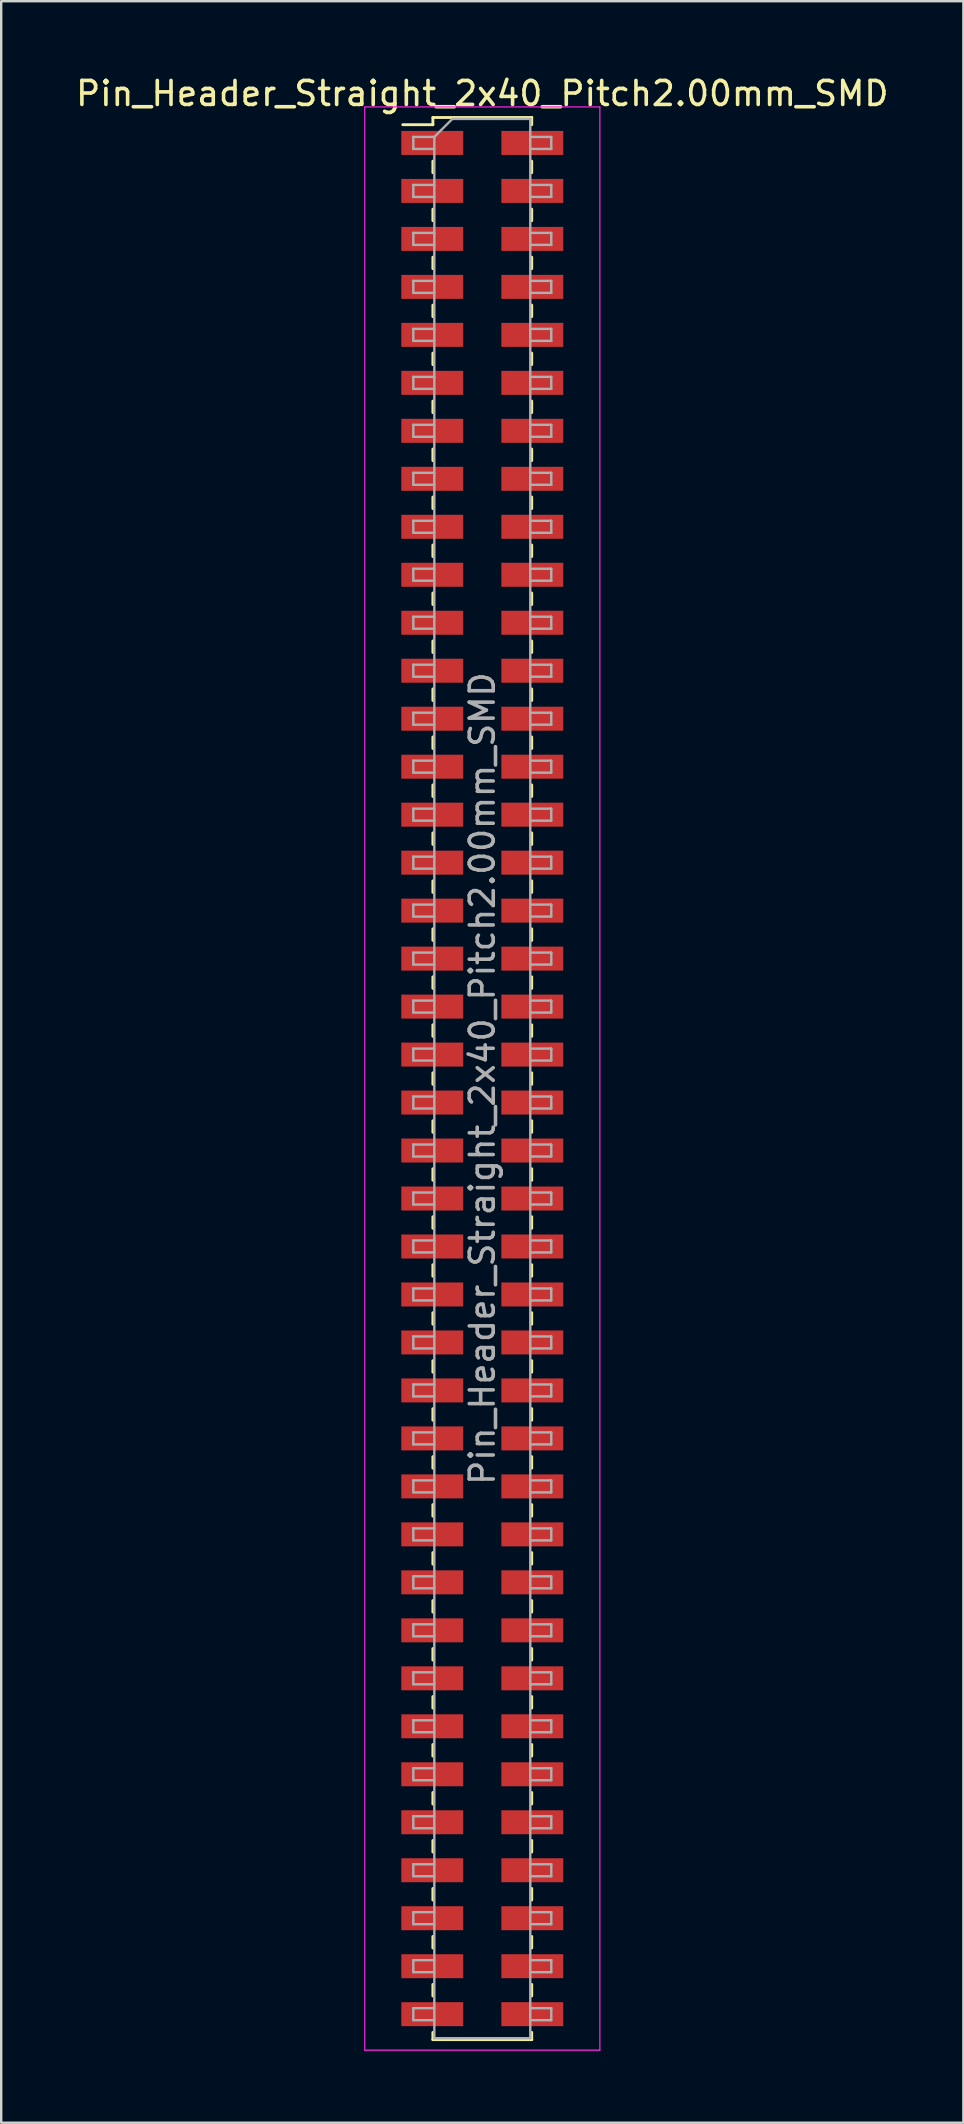
<source format=kicad_pcb>
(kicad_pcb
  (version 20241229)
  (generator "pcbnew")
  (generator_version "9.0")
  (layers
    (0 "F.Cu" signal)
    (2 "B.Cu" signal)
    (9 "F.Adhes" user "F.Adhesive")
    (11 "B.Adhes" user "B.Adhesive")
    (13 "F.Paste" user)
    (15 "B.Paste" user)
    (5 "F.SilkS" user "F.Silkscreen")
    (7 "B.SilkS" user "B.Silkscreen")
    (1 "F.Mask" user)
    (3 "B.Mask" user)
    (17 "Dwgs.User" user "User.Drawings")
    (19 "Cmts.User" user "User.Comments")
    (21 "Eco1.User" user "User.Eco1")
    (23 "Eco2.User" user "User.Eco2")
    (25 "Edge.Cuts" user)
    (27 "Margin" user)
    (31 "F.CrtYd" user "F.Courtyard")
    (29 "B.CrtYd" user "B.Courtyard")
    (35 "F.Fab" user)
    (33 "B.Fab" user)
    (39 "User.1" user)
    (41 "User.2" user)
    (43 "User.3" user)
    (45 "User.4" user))
  (footprint "Pin_Header_Straight_2x40_Pitch2.00mm_SMD"
    (layer "F.Cu")
    (at 17.054 41.908)
    (property "Reference" "Pin_Header_Straight_2x40_Pitch2.00mm_SMD" (at 0 -41.06 0) (layer "F.SilkS") (effects (font (size 1 1) (thickness 0.15))))
    (attr smd)
    (fp_line (start -3.315 -39.76) (end -2.06 -39.76) (stroke (width 0.12) (type solid)) (layer "F.SilkS"))
    (fp_line (start -2.06 -40.06) (end -2.06 -39.76) (stroke (width 0.12) (type solid)) (layer "F.SilkS"))
    (fp_line (start -2.06 -40.06) (end 2.06 -40.06) (stroke (width 0.12) (type solid)) (layer "F.SilkS"))
    (fp_line (start -2.06 -38.24) (end -2.06 -37.76) (stroke (width 0.12) (type solid)) (layer "F.SilkS"))
    (fp_line (start -2.06 -36.24) (end -2.06 -35.76) (stroke (width 0.12) (type solid)) (layer "F.SilkS"))
    (fp_line (start -2.06 -34.24) (end -2.06 -33.76) (stroke (width 0.12) (type solid)) (layer "F.SilkS"))
    (fp_line (start -2.06 -32.24) (end -2.06 -31.76) (stroke (width 0.12) (type solid)) (layer "F.SilkS"))
    (fp_line (start -2.06 -30.24) (end -2.06 -29.76) (stroke (width 0.12) (type solid)) (layer "F.SilkS"))
    (fp_line (start -2.06 -28.24) (end -2.06 -27.76) (stroke (width 0.12) (type solid)) (layer "F.SilkS"))
    (fp_line (start -2.06 -26.24) (end -2.06 -25.76) (stroke (width 0.12) (type solid)) (layer "F.SilkS"))
    (fp_line (start -2.06 -24.24) (end -2.06 -23.76) (stroke (width 0.12) (type solid)) (layer "F.SilkS"))
    (fp_line (start -2.06 -22.24) (end -2.06 -21.76) (stroke (width 0.12) (type solid)) (layer "F.SilkS"))
    (fp_line (start -2.06 -20.24) (end -2.06 -19.76) (stroke (width 0.12) (type solid)) (layer "F.SilkS"))
    (fp_line (start -2.06 -18.24) (end -2.06 -17.76) (stroke (width 0.12) (type solid)) (layer "F.SilkS"))
    (fp_line (start -2.06 -16.24) (end -2.06 -15.76) (stroke (width 0.12) (type solid)) (layer "F.SilkS"))
    (fp_line (start -2.06 -14.24) (end -2.06 -13.76) (stroke (width 0.12) (type solid)) (layer "F.SilkS"))
    (fp_line (start -2.06 -12.24) (end -2.06 -11.76) (stroke (width 0.12) (type solid)) (layer "F.SilkS"))
    (fp_line (start -2.06 -10.24) (end -2.06 -9.76) (stroke (width 0.12) (type solid)) (layer "F.SilkS"))
    (fp_line (start -2.06 -8.24) (end -2.06 -7.76) (stroke (width 0.12) (type solid)) (layer "F.SilkS"))
    (fp_line (start -2.06 -6.24) (end -2.06 -5.76) (stroke (width 0.12) (type solid)) (layer "F.SilkS"))
    (fp_line (start -2.06 -4.24) (end -2.06 -3.76) (stroke (width 0.12) (type solid)) (layer "F.SilkS"))
    (fp_line (start -2.06 -2.24) (end -2.06 -1.76) (stroke (width 0.12) (type solid)) (layer "F.SilkS"))
    (fp_line (start -2.06 -0.24) (end -2.06 0.24) (stroke (width 0.12) (type solid)) (layer "F.SilkS"))
    (fp_line (start -2.06 1.76) (end -2.06 2.24) (stroke (width 0.12) (type solid)) (layer "F.SilkS"))
    (fp_line (start -2.06 3.76) (end -2.06 4.24) (stroke (width 0.12) (type solid)) (layer "F.SilkS"))
    (fp_line (start -2.06 5.76) (end -2.06 6.24) (stroke (width 0.12) (type solid)) (layer "F.SilkS"))
    (fp_line (start -2.06 7.76) (end -2.06 8.24) (stroke (width 0.12) (type solid)) (layer "F.SilkS"))
    (fp_line (start -2.06 9.76) (end -2.06 10.24) (stroke (width 0.12) (type solid)) (layer "F.SilkS"))
    (fp_line (start -2.06 11.76) (end -2.06 12.24) (stroke (width 0.12) (type solid)) (layer "F.SilkS"))
    (fp_line (start -2.06 13.76) (end -2.06 14.24) (stroke (width 0.12) (type solid)) (layer "F.SilkS"))
    (fp_line (start -2.06 15.76) (end -2.06 16.24) (stroke (width 0.12) (type solid)) (layer "F.SilkS"))
    (fp_line (start -2.06 17.76) (end -2.06 18.24) (stroke (width 0.12) (type solid)) (layer "F.SilkS"))
    (fp_line (start -2.06 19.76) (end -2.06 20.24) (stroke (width 0.12) (type solid)) (layer "F.SilkS"))
    (fp_line (start -2.06 21.76) (end -2.06 22.24) (stroke (width 0.12) (type solid)) (layer "F.SilkS"))
    (fp_line (start -2.06 23.76) (end -2.06 24.24) (stroke (width 0.12) (type solid)) (layer "F.SilkS"))
    (fp_line (start -2.06 25.76) (end -2.06 26.24) (stroke (width 0.12) (type solid)) (layer "F.SilkS"))
    (fp_line (start -2.06 27.76) (end -2.06 28.24) (stroke (width 0.12) (type solid)) (layer "F.SilkS"))
    (fp_line (start -2.06 29.76) (end -2.06 30.24) (stroke (width 0.12) (type solid)) (layer "F.SilkS"))
    (fp_line (start -2.06 31.76) (end -2.06 32.24) (stroke (width 0.12) (type solid)) (layer "F.SilkS"))
    (fp_line (start -2.06 33.76) (end -2.06 34.24) (stroke (width 0.12) (type solid)) (layer "F.SilkS"))
    (fp_line (start -2.06 35.76) (end -2.06 36.24) (stroke (width 0.12) (type solid)) (layer "F.SilkS"))
    (fp_line (start -2.06 37.76) (end -2.06 38.24) (stroke (width 0.12) (type solid)) (layer "F.SilkS"))
    (fp_line (start -2.06 39.76) (end -2.06 40.06) (stroke (width 0.12) (type solid)) (layer "F.SilkS"))
    (fp_line (start -2.06 40.06) (end 2.06 40.06) (stroke (width 0.12) (type solid)) (layer "F.SilkS"))
    (fp_line (start 2.06 -40.06) (end 2.06 -39.76) (stroke (width 0.12) (type solid)) (layer "F.SilkS"))
    (fp_line (start 2.06 -38.24) (end 2.06 -37.76) (stroke (width 0.12) (type solid)) (layer "F.SilkS"))
    (fp_line (start 2.06 -36.24) (end 2.06 -35.76) (stroke (width 0.12) (type solid)) (layer "F.SilkS"))
    (fp_line (start 2.06 -34.24) (end 2.06 -33.76) (stroke (width 0.12) (type solid)) (layer "F.SilkS"))
    (fp_line (start 2.06 -32.24) (end 2.06 -31.76) (stroke (width 0.12) (type solid)) (layer "F.SilkS"))
    (fp_line (start 2.06 -30.24) (end 2.06 -29.76) (stroke (width 0.12) (type solid)) (layer "F.SilkS"))
    (fp_line (start 2.06 -28.24) (end 2.06 -27.76) (stroke (width 0.12) (type solid)) (layer "F.SilkS"))
    (fp_line (start 2.06 -26.24) (end 2.06 -25.76) (stroke (width 0.12) (type solid)) (layer "F.SilkS"))
    (fp_line (start 2.06 -24.24) (end 2.06 -23.76) (stroke (width 0.12) (type solid)) (layer "F.SilkS"))
    (fp_line (start 2.06 -22.24) (end 2.06 -21.76) (stroke (width 0.12) (type solid)) (layer "F.SilkS"))
    (fp_line (start 2.06 -20.24) (end 2.06 -19.76) (stroke (width 0.12) (type solid)) (layer "F.SilkS"))
    (fp_line (start 2.06 -18.24) (end 2.06 -17.76) (stroke (width 0.12) (type solid)) (layer "F.SilkS"))
    (fp_line (start 2.06 -16.24) (end 2.06 -15.76) (stroke (width 0.12) (type solid)) (layer "F.SilkS"))
    (fp_line (start 2.06 -14.24) (end 2.06 -13.76) (stroke (width 0.12) (type solid)) (layer "F.SilkS"))
    (fp_line (start 2.06 -12.24) (end 2.06 -11.76) (stroke (width 0.12) (type solid)) (layer "F.SilkS"))
    (fp_line (start 2.06 -10.24) (end 2.06 -9.76) (stroke (width 0.12) (type solid)) (layer "F.SilkS"))
    (fp_line (start 2.06 -8.24) (end 2.06 -7.76) (stroke (width 0.12) (type solid)) (layer "F.SilkS"))
    (fp_line (start 2.06 -6.24) (end 2.06 -5.76) (stroke (width 0.12) (type solid)) (layer "F.SilkS"))
    (fp_line (start 2.06 -4.24) (end 2.06 -3.76) (stroke (width 0.12) (type solid)) (layer "F.SilkS"))
    (fp_line (start 2.06 -2.24) (end 2.06 -1.76) (stroke (width 0.12) (type solid)) (layer "F.SilkS"))
    (fp_line (start 2.06 -0.24) (end 2.06 0.24) (stroke (width 0.12) (type solid)) (layer "F.SilkS"))
    (fp_line (start 2.06 1.76) (end 2.06 2.24) (stroke (width 0.12) (type solid)) (layer "F.SilkS"))
    (fp_line (start 2.06 3.76) (end 2.06 4.24) (stroke (width 0.12) (type solid)) (layer "F.SilkS"))
    (fp_line (start 2.06 5.76) (end 2.06 6.24) (stroke (width 0.12) (type solid)) (layer "F.SilkS"))
    (fp_line (start 2.06 7.76) (end 2.06 8.24) (stroke (width 0.12) (type solid)) (layer "F.SilkS"))
    (fp_line (start 2.06 9.76) (end 2.06 10.24) (stroke (width 0.12) (type solid)) (layer "F.SilkS"))
    (fp_line (start 2.06 11.76) (end 2.06 12.24) (stroke (width 0.12) (type solid)) (layer "F.SilkS"))
    (fp_line (start 2.06 13.76) (end 2.06 14.24) (stroke (width 0.12) (type solid)) (layer "F.SilkS"))
    (fp_line (start 2.06 15.76) (end 2.06 16.24) (stroke (width 0.12) (type solid)) (layer "F.SilkS"))
    (fp_line (start 2.06 17.76) (end 2.06 18.24) (stroke (width 0.12) (type solid)) (layer "F.SilkS"))
    (fp_line (start 2.06 19.76) (end 2.06 20.24) (stroke (width 0.12) (type solid)) (layer "F.SilkS"))
    (fp_line (start 2.06 21.76) (end 2.06 22.24) (stroke (width 0.12) (type solid)) (layer "F.SilkS"))
    (fp_line (start 2.06 23.76) (end 2.06 24.24) (stroke (width 0.12) (type solid)) (layer "F.SilkS"))
    (fp_line (start 2.06 25.76) (end 2.06 26.24) (stroke (width 0.12) (type solid)) (layer "F.SilkS"))
    (fp_line (start 2.06 27.76) (end 2.06 28.24) (stroke (width 0.12) (type solid)) (layer "F.SilkS"))
    (fp_line (start 2.06 29.76) (end 2.06 30.24) (stroke (width 0.12) (type solid)) (layer "F.SilkS"))
    (fp_line (start 2.06 31.76) (end 2.06 32.24) (stroke (width 0.12) (type solid)) (layer "F.SilkS"))
    (fp_line (start 2.06 33.76) (end 2.06 34.24) (stroke (width 0.12) (type solid)) (layer "F.SilkS"))
    (fp_line (start 2.06 35.76) (end 2.06 36.24) (stroke (width 0.12) (type solid)) (layer "F.SilkS"))
    (fp_line (start 2.06 37.76) (end 2.06 38.24) (stroke (width 0.12) (type solid)) (layer "F.SilkS"))
    (fp_line (start 2.06 39.76) (end 2.06 40.06) (stroke (width 0.12) (type solid)) (layer "F.SilkS"))
    (fp_line (start -4.9 -40.5) (end -4.9 40.5) (stroke (width 0.05) (type solid)) (layer "F.CrtYd"))
    (fp_line (start -4.9 40.5) (end 4.9 40.5) (stroke (width 0.05) (type solid)) (layer "F.CrtYd"))
    (fp_line (start 4.9 -40.5) (end -4.9 -40.5) (stroke (width 0.05) (type solid)) (layer "F.CrtYd"))
    (fp_line (start 4.9 40.5) (end 4.9 -40.5) (stroke (width 0.05) (type solid)) (layer "F.CrtYd"))
    (fp_line (start -2.875 -39.25) (end -2.875 -38.75) (stroke (width 0.1) (type solid)) (layer "F.Fab"))
    (fp_line (start -2.875 -38.75) (end -2 -38.75) (stroke (width 0.1) (type solid)) (layer "F.Fab"))
    (fp_line (start -2.875 -37.25) (end -2.875 -36.75) (stroke (width 0.1) (type solid)) (layer "F.Fab"))
    (fp_line (start -2.875 -36.75) (end -2 -36.75) (stroke (width 0.1) (type solid)) (layer "F.Fab"))
    (fp_line (start -2.875 -35.25) (end -2.875 -34.75) (stroke (width 0.1) (type solid)) (layer "F.Fab"))
    (fp_line (start -2.875 -34.75) (end -2 -34.75) (stroke (width 0.1) (type solid)) (layer "F.Fab"))
    (fp_line (start -2.875 -33.25) (end -2.875 -32.75) (stroke (width 0.1) (type solid)) (layer "F.Fab"))
    (fp_line (start -2.875 -32.75) (end -2 -32.75) (stroke (width 0.1) (type solid)) (layer "F.Fab"))
    (fp_line (start -2.875 -31.25) (end -2.875 -30.75) (stroke (width 0.1) (type solid)) (layer "F.Fab"))
    (fp_line (start -2.875 -30.75) (end -2 -30.75) (stroke (width 0.1) (type solid)) (layer "F.Fab"))
    (fp_line (start -2.875 -29.25) (end -2.875 -28.75) (stroke (width 0.1) (type solid)) (layer "F.Fab"))
    (fp_line (start -2.875 -28.75) (end -2 -28.75) (stroke (width 0.1) (type solid)) (layer "F.Fab"))
    (fp_line (start -2.875 -27.25) (end -2.875 -26.75) (stroke (width 0.1) (type solid)) (layer "F.Fab"))
    (fp_line (start -2.875 -26.75) (end -2 -26.75) (stroke (width 0.1) (type solid)) (layer "F.Fab"))
    (fp_line (start -2.875 -25.25) (end -2.875 -24.75) (stroke (width 0.1) (type solid)) (layer "F.Fab"))
    (fp_line (start -2.875 -24.75) (end -2 -24.75) (stroke (width 0.1) (type solid)) (layer "F.Fab"))
    (fp_line (start -2.875 -23.25) (end -2.875 -22.75) (stroke (width 0.1) (type solid)) (layer "F.Fab"))
    (fp_line (start -2.875 -22.75) (end -2 -22.75) (stroke (width 0.1) (type solid)) (layer "F.Fab"))
    (fp_line (start -2.875 -21.25) (end -2.875 -20.75) (stroke (width 0.1) (type solid)) (layer "F.Fab"))
    (fp_line (start -2.875 -20.75) (end -2 -20.75) (stroke (width 0.1) (type solid)) (layer "F.Fab"))
    (fp_line (start -2.875 -19.25) (end -2.875 -18.75) (stroke (width 0.1) (type solid)) (layer "F.Fab"))
    (fp_line (start -2.875 -18.75) (end -2 -18.75) (stroke (width 0.1) (type solid)) (layer "F.Fab"))
    (fp_line (start -2.875 -17.25) (end -2.875 -16.75) (stroke (width 0.1) (type solid)) (layer "F.Fab"))
    (fp_line (start -2.875 -16.75) (end -2 -16.75) (stroke (width 0.1) (type solid)) (layer "F.Fab"))
    (fp_line (start -2.875 -15.25) (end -2.875 -14.75) (stroke (width 0.1) (type solid)) (layer "F.Fab"))
    (fp_line (start -2.875 -14.75) (end -2 -14.75) (stroke (width 0.1) (type solid)) (layer "F.Fab"))
    (fp_line (start -2.875 -13.25) (end -2.875 -12.75) (stroke (width 0.1) (type solid)) (layer "F.Fab"))
    (fp_line (start -2.875 -12.75) (end -2 -12.75) (stroke (width 0.1) (type solid)) (layer "F.Fab"))
    (fp_line (start -2.875 -11.25) (end -2.875 -10.75) (stroke (width 0.1) (type solid)) (layer "F.Fab"))
    (fp_line (start -2.875 -10.75) (end -2 -10.75) (stroke (width 0.1) (type solid)) (layer "F.Fab"))
    (fp_line (start -2.875 -9.25) (end -2.875 -8.75) (stroke (width 0.1) (type solid)) (layer "F.Fab"))
    (fp_line (start -2.875 -8.75) (end -2 -8.75) (stroke (width 0.1) (type solid)) (layer "F.Fab"))
    (fp_line (start -2.875 -7.25) (end -2.875 -6.75) (stroke (width 0.1) (type solid)) (layer "F.Fab"))
    (fp_line (start -2.875 -6.75) (end -2 -6.75) (stroke (width 0.1) (type solid)) (layer "F.Fab"))
    (fp_line (start -2.875 -5.25) (end -2.875 -4.75) (stroke (width 0.1) (type solid)) (layer "F.Fab"))
    (fp_line (start -2.875 -4.75) (end -2 -4.75) (stroke (width 0.1) (type solid)) (layer "F.Fab"))
    (fp_line (start -2.875 -3.25) (end -2.875 -2.75) (stroke (width 0.1) (type solid)) (layer "F.Fab"))
    (fp_line (start -2.875 -2.75) (end -2 -2.75) (stroke (width 0.1) (type solid)) (layer "F.Fab"))
    (fp_line (start -2.875 -1.25) (end -2.875 -0.75) (stroke (width 0.1) (type solid)) (layer "F.Fab"))
    (fp_line (start -2.875 -0.75) (end -2 -0.75) (stroke (width 0.1) (type solid)) (layer "F.Fab"))
    (fp_line (start -2.875 0.75) (end -2.875 1.25) (stroke (width 0.1) (type solid)) (layer "F.Fab"))
    (fp_line (start -2.875 1.25) (end -2 1.25) (stroke (width 0.1) (type solid)) (layer "F.Fab"))
    (fp_line (start -2.875 2.75) (end -2.875 3.25) (stroke (width 0.1) (type solid)) (layer "F.Fab"))
    (fp_line (start -2.875 3.25) (end -2 3.25) (stroke (width 0.1) (type solid)) (layer "F.Fab"))
    (fp_line (start -2.875 4.75) (end -2.875 5.25) (stroke (width 0.1) (type solid)) (layer "F.Fab"))
    (fp_line (start -2.875 5.25) (end -2 5.25) (stroke (width 0.1) (type solid)) (layer "F.Fab"))
    (fp_line (start -2.875 6.75) (end -2.875 7.25) (stroke (width 0.1) (type solid)) (layer "F.Fab"))
    (fp_line (start -2.875 7.25) (end -2 7.25) (stroke (width 0.1) (type solid)) (layer "F.Fab"))
    (fp_line (start -2.875 8.75) (end -2.875 9.25) (stroke (width 0.1) (type solid)) (layer "F.Fab"))
    (fp_line (start -2.875 9.25) (end -2 9.25) (stroke (width 0.1) (type solid)) (layer "F.Fab"))
    (fp_line (start -2.875 10.75) (end -2.875 11.25) (stroke (width 0.1) (type solid)) (layer "F.Fab"))
    (fp_line (start -2.875 11.25) (end -2 11.25) (stroke (width 0.1) (type solid)) (layer "F.Fab"))
    (fp_line (start -2.875 12.75) (end -2.875 13.25) (stroke (width 0.1) (type solid)) (layer "F.Fab"))
    (fp_line (start -2.875 13.25) (end -2 13.25) (stroke (width 0.1) (type solid)) (layer "F.Fab"))
    (fp_line (start -2.875 14.75) (end -2.875 15.25) (stroke (width 0.1) (type solid)) (layer "F.Fab"))
    (fp_line (start -2.875 15.25) (end -2 15.25) (stroke (width 0.1) (type solid)) (layer "F.Fab"))
    (fp_line (start -2.875 16.75) (end -2.875 17.25) (stroke (width 0.1) (type solid)) (layer "F.Fab"))
    (fp_line (start -2.875 17.25) (end -2 17.25) (stroke (width 0.1) (type solid)) (layer "F.Fab"))
    (fp_line (start -2.875 18.75) (end -2.875 19.25) (stroke (width 0.1) (type solid)) (layer "F.Fab"))
    (fp_line (start -2.875 19.25) (end -2 19.25) (stroke (width 0.1) (type solid)) (layer "F.Fab"))
    (fp_line (start -2.875 20.75) (end -2.875 21.25) (stroke (width 0.1) (type solid)) (layer "F.Fab"))
    (fp_line (start -2.875 21.25) (end -2 21.25) (stroke (width 0.1) (type solid)) (layer "F.Fab"))
    (fp_line (start -2.875 22.75) (end -2.875 23.25) (stroke (width 0.1) (type solid)) (layer "F.Fab"))
    (fp_line (start -2.875 23.25) (end -2 23.25) (stroke (width 0.1) (type solid)) (layer "F.Fab"))
    (fp_line (start -2.875 24.75) (end -2.875 25.25) (stroke (width 0.1) (type solid)) (layer "F.Fab"))
    (fp_line (start -2.875 25.25) (end -2 25.25) (stroke (width 0.1) (type solid)) (layer "F.Fab"))
    (fp_line (start -2.875 26.75) (end -2.875 27.25) (stroke (width 0.1) (type solid)) (layer "F.Fab"))
    (fp_line (start -2.875 27.25) (end -2 27.25) (stroke (width 0.1) (type solid)) (layer "F.Fab"))
    (fp_line (start -2.875 28.75) (end -2.875 29.25) (stroke (width 0.1) (type solid)) (layer "F.Fab"))
    (fp_line (start -2.875 29.25) (end -2 29.25) (stroke (width 0.1) (type solid)) (layer "F.Fab"))
    (fp_line (start -2.875 30.75) (end -2.875 31.25) (stroke (width 0.1) (type solid)) (layer "F.Fab"))
    (fp_line (start -2.875 31.25) (end -2 31.25) (stroke (width 0.1) (type solid)) (layer "F.Fab"))
    (fp_line (start -2.875 32.75) (end -2.875 33.25) (stroke (width 0.1) (type solid)) (layer "F.Fab"))
    (fp_line (start -2.875 33.25) (end -2 33.25) (stroke (width 0.1) (type solid)) (layer "F.Fab"))
    (fp_line (start -2.875 34.75) (end -2.875 35.25) (stroke (width 0.1) (type solid)) (layer "F.Fab"))
    (fp_line (start -2.875 35.25) (end -2 35.25) (stroke (width 0.1) (type solid)) (layer "F.Fab"))
    (fp_line (start -2.875 36.75) (end -2.875 37.25) (stroke (width 0.1) (type solid)) (layer "F.Fab"))
    (fp_line (start -2.875 37.25) (end -2 37.25) (stroke (width 0.1) (type solid)) (layer "F.Fab"))
    (fp_line (start -2.875 38.75) (end -2.875 39.25) (stroke (width 0.1) (type solid)) (layer "F.Fab"))
    (fp_line (start -2.875 39.25) (end -2 39.25) (stroke (width 0.1) (type solid)) (layer "F.Fab"))
    (fp_line (start -2 -39.25) (end -2.875 -39.25) (stroke (width 0.1) (type solid)) (layer "F.Fab"))
    (fp_line (start -2 -39.25) (end -1.25 -40) (stroke (width 0.1) (type solid)) (layer "F.Fab"))
    (fp_line (start -2 -37.25) (end -2.875 -37.25) (stroke (width 0.1) (type solid)) (layer "F.Fab"))
    (fp_line (start -2 -35.25) (end -2.875 -35.25) (stroke (width 0.1) (type solid)) (layer "F.Fab"))
    (fp_line (start -2 -33.25) (end -2.875 -33.25) (stroke (width 0.1) (type solid)) (layer "F.Fab"))
    (fp_line (start -2 -31.25) (end -2.875 -31.25) (stroke (width 0.1) (type solid)) (layer "F.Fab"))
    (fp_line (start -2 -29.25) (end -2.875 -29.25) (stroke (width 0.1) (type solid)) (layer "F.Fab"))
    (fp_line (start -2 -27.25) (end -2.875 -27.25) (stroke (width 0.1) (type solid)) (layer "F.Fab"))
    (fp_line (start -2 -25.25) (end -2.875 -25.25) (stroke (width 0.1) (type solid)) (layer "F.Fab"))
    (fp_line (start -2 -23.25) (end -2.875 -23.25) (stroke (width 0.1) (type solid)) (layer "F.Fab"))
    (fp_line (start -2 -21.25) (end -2.875 -21.25) (stroke (width 0.1) (type solid)) (layer "F.Fab"))
    (fp_line (start -2 -19.25) (end -2.875 -19.25) (stroke (width 0.1) (type solid)) (layer "F.Fab"))
    (fp_line (start -2 -17.25) (end -2.875 -17.25) (stroke (width 0.1) (type solid)) (layer "F.Fab"))
    (fp_line (start -2 -15.25) (end -2.875 -15.25) (stroke (width 0.1) (type solid)) (layer "F.Fab"))
    (fp_line (start -2 -13.25) (end -2.875 -13.25) (stroke (width 0.1) (type solid)) (layer "F.Fab"))
    (fp_line (start -2 -11.25) (end -2.875 -11.25) (stroke (width 0.1) (type solid)) (layer "F.Fab"))
    (fp_line (start -2 -9.25) (end -2.875 -9.25) (stroke (width 0.1) (type solid)) (layer "F.Fab"))
    (fp_line (start -2 -7.25) (end -2.875 -7.25) (stroke (width 0.1) (type solid)) (layer "F.Fab"))
    (fp_line (start -2 -5.25) (end -2.875 -5.25) (stroke (width 0.1) (type solid)) (layer "F.Fab"))
    (fp_line (start -2 -3.25) (end -2.875 -3.25) (stroke (width 0.1) (type solid)) (layer "F.Fab"))
    (fp_line (start -2 -1.25) (end -2.875 -1.25) (stroke (width 0.1) (type solid)) (layer "F.Fab"))
    (fp_line (start -2 0.75) (end -2.875 0.75) (stroke (width 0.1) (type solid)) (layer "F.Fab"))
    (fp_line (start -2 2.75) (end -2.875 2.75) (stroke (width 0.1) (type solid)) (layer "F.Fab"))
    (fp_line (start -2 4.75) (end -2.875 4.75) (stroke (width 0.1) (type solid)) (layer "F.Fab"))
    (fp_line (start -2 6.75) (end -2.875 6.75) (stroke (width 0.1) (type solid)) (layer "F.Fab"))
    (fp_line (start -2 8.75) (end -2.875 8.75) (stroke (width 0.1) (type solid)) (layer "F.Fab"))
    (fp_line (start -2 10.75) (end -2.875 10.75) (stroke (width 0.1) (type solid)) (layer "F.Fab"))
    (fp_line (start -2 12.75) (end -2.875 12.75) (stroke (width 0.1) (type solid)) (layer "F.Fab"))
    (fp_line (start -2 14.75) (end -2.875 14.75) (stroke (width 0.1) (type solid)) (layer "F.Fab"))
    (fp_line (start -2 16.75) (end -2.875 16.75) (stroke (width 0.1) (type solid)) (layer "F.Fab"))
    (fp_line (start -2 18.75) (end -2.875 18.75) (stroke (width 0.1) (type solid)) (layer "F.Fab"))
    (fp_line (start -2 20.75) (end -2.875 20.75) (stroke (width 0.1) (type solid)) (layer "F.Fab"))
    (fp_line (start -2 22.75) (end -2.875 22.75) (stroke (width 0.1) (type solid)) (layer "F.Fab"))
    (fp_line (start -2 24.75) (end -2.875 24.75) (stroke (width 0.1) (type solid)) (layer "F.Fab"))
    (fp_line (start -2 26.75) (end -2.875 26.75) (stroke (width 0.1) (type solid)) (layer "F.Fab"))
    (fp_line (start -2 28.75) (end -2.875 28.75) (stroke (width 0.1) (type solid)) (layer "F.Fab"))
    (fp_line (start -2 30.75) (end -2.875 30.75) (stroke (width 0.1) (type solid)) (layer "F.Fab"))
    (fp_line (start -2 32.75) (end -2.875 32.75) (stroke (width 0.1) (type solid)) (layer "F.Fab"))
    (fp_line (start -2 34.75) (end -2.875 34.75) (stroke (width 0.1) (type solid)) (layer "F.Fab"))
    (fp_line (start -2 36.75) (end -2.875 36.75) (stroke (width 0.1) (type solid)) (layer "F.Fab"))
    (fp_line (start -2 38.75) (end -2.875 38.75) (stroke (width 0.1) (type solid)) (layer "F.Fab"))
    (fp_line (start -2 40) (end -2 -39.25) (stroke (width 0.1) (type solid)) (layer "F.Fab"))
    (fp_line (start -1.25 -40) (end 2 -40) (stroke (width 0.1) (type solid)) (layer "F.Fab"))
    (fp_line (start 2 -40) (end 2 40) (stroke (width 0.1) (type solid)) (layer "F.Fab"))
    (fp_line (start 2 -39.25) (end 2.875 -39.25) (stroke (width 0.1) (type solid)) (layer "F.Fab"))
    (fp_line (start 2 -37.25) (end 2.875 -37.25) (stroke (width 0.1) (type solid)) (layer "F.Fab"))
    (fp_line (start 2 -35.25) (end 2.875 -35.25) (stroke (width 0.1) (type solid)) (layer "F.Fab"))
    (fp_line (start 2 -33.25) (end 2.875 -33.25) (stroke (width 0.1) (type solid)) (layer "F.Fab"))
    (fp_line (start 2 -31.25) (end 2.875 -31.25) (stroke (width 0.1) (type solid)) (layer "F.Fab"))
    (fp_line (start 2 -29.25) (end 2.875 -29.25) (stroke (width 0.1) (type solid)) (layer "F.Fab"))
    (fp_line (start 2 -27.25) (end 2.875 -27.25) (stroke (width 0.1) (type solid)) (layer "F.Fab"))
    (fp_line (start 2 -25.25) (end 2.875 -25.25) (stroke (width 0.1) (type solid)) (layer "F.Fab"))
    (fp_line (start 2 -23.25) (end 2.875 -23.25) (stroke (width 0.1) (type solid)) (layer "F.Fab"))
    (fp_line (start 2 -21.25) (end 2.875 -21.25) (stroke (width 0.1) (type solid)) (layer "F.Fab"))
    (fp_line (start 2 -19.25) (end 2.875 -19.25) (stroke (width 0.1) (type solid)) (layer "F.Fab"))
    (fp_line (start 2 -17.25) (end 2.875 -17.25) (stroke (width 0.1) (type solid)) (layer "F.Fab"))
    (fp_line (start 2 -15.25) (end 2.875 -15.25) (stroke (width 0.1) (type solid)) (layer "F.Fab"))
    (fp_line (start 2 -13.25) (end 2.875 -13.25) (stroke (width 0.1) (type solid)) (layer "F.Fab"))
    (fp_line (start 2 -11.25) (end 2.875 -11.25) (stroke (width 0.1) (type solid)) (layer "F.Fab"))
    (fp_line (start 2 -9.25) (end 2.875 -9.25) (stroke (width 0.1) (type solid)) (layer "F.Fab"))
    (fp_line (start 2 -7.25) (end 2.875 -7.25) (stroke (width 0.1) (type solid)) (layer "F.Fab"))
    (fp_line (start 2 -5.25) (end 2.875 -5.25) (stroke (width 0.1) (type solid)) (layer "F.Fab"))
    (fp_line (start 2 -3.25) (end 2.875 -3.25) (stroke (width 0.1) (type solid)) (layer "F.Fab"))
    (fp_line (start 2 -1.25) (end 2.875 -1.25) (stroke (width 0.1) (type solid)) (layer "F.Fab"))
    (fp_line (start 2 0.75) (end 2.875 0.75) (stroke (width 0.1) (type solid)) (layer "F.Fab"))
    (fp_line (start 2 2.75) (end 2.875 2.75) (stroke (width 0.1) (type solid)) (layer "F.Fab"))
    (fp_line (start 2 4.75) (end 2.875 4.75) (stroke (width 0.1) (type solid)) (layer "F.Fab"))
    (fp_line (start 2 6.75) (end 2.875 6.75) (stroke (width 0.1) (type solid)) (layer "F.Fab"))
    (fp_line (start 2 8.75) (end 2.875 8.75) (stroke (width 0.1) (type solid)) (layer "F.Fab"))
    (fp_line (start 2 10.75) (end 2.875 10.75) (stroke (width 0.1) (type solid)) (layer "F.Fab"))
    (fp_line (start 2 12.75) (end 2.875 12.75) (stroke (width 0.1) (type solid)) (layer "F.Fab"))
    (fp_line (start 2 14.75) (end 2.875 14.75) (stroke (width 0.1) (type solid)) (layer "F.Fab"))
    (fp_line (start 2 16.75) (end 2.875 16.75) (stroke (width 0.1) (type solid)) (layer "F.Fab"))
    (fp_line (start 2 18.75) (end 2.875 18.75) (stroke (width 0.1) (type solid)) (layer "F.Fab"))
    (fp_line (start 2 20.75) (end 2.875 20.75) (stroke (width 0.1) (type solid)) (layer "F.Fab"))
    (fp_line (start 2 22.75) (end 2.875 22.75) (stroke (width 0.1) (type solid)) (layer "F.Fab"))
    (fp_line (start 2 24.75) (end 2.875 24.75) (stroke (width 0.1) (type solid)) (layer "F.Fab"))
    (fp_line (start 2 26.75) (end 2.875 26.75) (stroke (width 0.1) (type solid)) (layer "F.Fab"))
    (fp_line (start 2 28.75) (end 2.875 28.75) (stroke (width 0.1) (type solid)) (layer "F.Fab"))
    (fp_line (start 2 30.75) (end 2.875 30.75) (stroke (width 0.1) (type solid)) (layer "F.Fab"))
    (fp_line (start 2 32.75) (end 2.875 32.75) (stroke (width 0.1) (type solid)) (layer "F.Fab"))
    (fp_line (start 2 34.75) (end 2.875 34.75) (stroke (width 0.1) (type solid)) (layer "F.Fab"))
    (fp_line (start 2 36.75) (end 2.875 36.75) (stroke (width 0.1) (type solid)) (layer "F.Fab"))
    (fp_line (start 2 38.75) (end 2.875 38.75) (stroke (width 0.1) (type solid)) (layer "F.Fab"))
    (fp_line (start 2 40) (end -2 40) (stroke (width 0.1) (type solid)) (layer "F.Fab"))
    (fp_line (start 2.875 -39.25) (end 2.875 -38.75) (stroke (width 0.1) (type solid)) (layer "F.Fab"))
    (fp_line (start 2.875 -38.75) (end 2 -38.75) (stroke (width 0.1) (type solid)) (layer "F.Fab"))
    (fp_line (start 2.875 -37.25) (end 2.875 -36.75) (stroke (width 0.1) (type solid)) (layer "F.Fab"))
    (fp_line (start 2.875 -36.75) (end 2 -36.75) (stroke (width 0.1) (type solid)) (layer "F.Fab"))
    (fp_line (start 2.875 -35.25) (end 2.875 -34.75) (stroke (width 0.1) (type solid)) (layer "F.Fab"))
    (fp_line (start 2.875 -34.75) (end 2 -34.75) (stroke (width 0.1) (type solid)) (layer "F.Fab"))
    (fp_line (start 2.875 -33.25) (end 2.875 -32.75) (stroke (width 0.1) (type solid)) (layer "F.Fab"))
    (fp_line (start 2.875 -32.75) (end 2 -32.75) (stroke (width 0.1) (type solid)) (layer "F.Fab"))
    (fp_line (start 2.875 -31.25) (end 2.875 -30.75) (stroke (width 0.1) (type solid)) (layer "F.Fab"))
    (fp_line (start 2.875 -30.75) (end 2 -30.75) (stroke (width 0.1) (type solid)) (layer "F.Fab"))
    (fp_line (start 2.875 -29.25) (end 2.875 -28.75) (stroke (width 0.1) (type solid)) (layer "F.Fab"))
    (fp_line (start 2.875 -28.75) (end 2 -28.75) (stroke (width 0.1) (type solid)) (layer "F.Fab"))
    (fp_line (start 2.875 -27.25) (end 2.875 -26.75) (stroke (width 0.1) (type solid)) (layer "F.Fab"))
    (fp_line (start 2.875 -26.75) (end 2 -26.75) (stroke (width 0.1) (type solid)) (layer "F.Fab"))
    (fp_line (start 2.875 -25.25) (end 2.875 -24.75) (stroke (width 0.1) (type solid)) (layer "F.Fab"))
    (fp_line (start 2.875 -24.75) (end 2 -24.75) (stroke (width 0.1) (type solid)) (layer "F.Fab"))
    (fp_line (start 2.875 -23.25) (end 2.875 -22.75) (stroke (width 0.1) (type solid)) (layer "F.Fab"))
    (fp_line (start 2.875 -22.75) (end 2 -22.75) (stroke (width 0.1) (type solid)) (layer "F.Fab"))
    (fp_line (start 2.875 -21.25) (end 2.875 -20.75) (stroke (width 0.1) (type solid)) (layer "F.Fab"))
    (fp_line (start 2.875 -20.75) (end 2 -20.75) (stroke (width 0.1) (type solid)) (layer "F.Fab"))
    (fp_line (start 2.875 -19.25) (end 2.875 -18.75) (stroke (width 0.1) (type solid)) (layer "F.Fab"))
    (fp_line (start 2.875 -18.75) (end 2 -18.75) (stroke (width 0.1) (type solid)) (layer "F.Fab"))
    (fp_line (start 2.875 -17.25) (end 2.875 -16.75) (stroke (width 0.1) (type solid)) (layer "F.Fab"))
    (fp_line (start 2.875 -16.75) (end 2 -16.75) (stroke (width 0.1) (type solid)) (layer "F.Fab"))
    (fp_line (start 2.875 -15.25) (end 2.875 -14.75) (stroke (width 0.1) (type solid)) (layer "F.Fab"))
    (fp_line (start 2.875 -14.75) (end 2 -14.75) (stroke (width 0.1) (type solid)) (layer "F.Fab"))
    (fp_line (start 2.875 -13.25) (end 2.875 -12.75) (stroke (width 0.1) (type solid)) (layer "F.Fab"))
    (fp_line (start 2.875 -12.75) (end 2 -12.75) (stroke (width 0.1) (type solid)) (layer "F.Fab"))
    (fp_line (start 2.875 -11.25) (end 2.875 -10.75) (stroke (width 0.1) (type solid)) (layer "F.Fab"))
    (fp_line (start 2.875 -10.75) (end 2 -10.75) (stroke (width 0.1) (type solid)) (layer "F.Fab"))
    (fp_line (start 2.875 -9.25) (end 2.875 -8.75) (stroke (width 0.1) (type solid)) (layer "F.Fab"))
    (fp_line (start 2.875 -8.75) (end 2 -8.75) (stroke (width 0.1) (type solid)) (layer "F.Fab"))
    (fp_line (start 2.875 -7.25) (end 2.875 -6.75) (stroke (width 0.1) (type solid)) (layer "F.Fab"))
    (fp_line (start 2.875 -6.75) (end 2 -6.75) (stroke (width 0.1) (type solid)) (layer "F.Fab"))
    (fp_line (start 2.875 -5.25) (end 2.875 -4.75) (stroke (width 0.1) (type solid)) (layer "F.Fab"))
    (fp_line (start 2.875 -4.75) (end 2 -4.75) (stroke (width 0.1) (type solid)) (layer "F.Fab"))
    (fp_line (start 2.875 -3.25) (end 2.875 -2.75) (stroke (width 0.1) (type solid)) (layer "F.Fab"))
    (fp_line (start 2.875 -2.75) (end 2 -2.75) (stroke (width 0.1) (type solid)) (layer "F.Fab"))
    (fp_line (start 2.875 -1.25) (end 2.875 -0.75) (stroke (width 0.1) (type solid)) (layer "F.Fab"))
    (fp_line (start 2.875 -0.75) (end 2 -0.75) (stroke (width 0.1) (type solid)) (layer "F.Fab"))
    (fp_line (start 2.875 0.75) (end 2.875 1.25) (stroke (width 0.1) (type solid)) (layer "F.Fab"))
    (fp_line (start 2.875 1.25) (end 2 1.25) (stroke (width 0.1) (type solid)) (layer "F.Fab"))
    (fp_line (start 2.875 2.75) (end 2.875 3.25) (stroke (width 0.1) (type solid)) (layer "F.Fab"))
    (fp_line (start 2.875 3.25) (end 2 3.25) (stroke (width 0.1) (type solid)) (layer "F.Fab"))
    (fp_line (start 2.875 4.75) (end 2.875 5.25) (stroke (width 0.1) (type solid)) (layer "F.Fab"))
    (fp_line (start 2.875 5.25) (end 2 5.25) (stroke (width 0.1) (type solid)) (layer "F.Fab"))
    (fp_line (start 2.875 6.75) (end 2.875 7.25) (stroke (width 0.1) (type solid)) (layer "F.Fab"))
    (fp_line (start 2.875 7.25) (end 2 7.25) (stroke (width 0.1) (type solid)) (layer "F.Fab"))
    (fp_line (start 2.875 8.75) (end 2.875 9.25) (stroke (width 0.1) (type solid)) (layer "F.Fab"))
    (fp_line (start 2.875 9.25) (end 2 9.25) (stroke (width 0.1) (type solid)) (layer "F.Fab"))
    (fp_line (start 2.875 10.75) (end 2.875 11.25) (stroke (width 0.1) (type solid)) (layer "F.Fab"))
    (fp_line (start 2.875 11.25) (end 2 11.25) (stroke (width 0.1) (type solid)) (layer "F.Fab"))
    (fp_line (start 2.875 12.75) (end 2.875 13.25) (stroke (width 0.1) (type solid)) (layer "F.Fab"))
    (fp_line (start 2.875 13.25) (end 2 13.25) (stroke (width 0.1) (type solid)) (layer "F.Fab"))
    (fp_line (start 2.875 14.75) (end 2.875 15.25) (stroke (width 0.1) (type solid)) (layer "F.Fab"))
    (fp_line (start 2.875 15.25) (end 2 15.25) (stroke (width 0.1) (type solid)) (layer "F.Fab"))
    (fp_line (start 2.875 16.75) (end 2.875 17.25) (stroke (width 0.1) (type solid)) (layer "F.Fab"))
    (fp_line (start 2.875 17.25) (end 2 17.25) (stroke (width 0.1) (type solid)) (layer "F.Fab"))
    (fp_line (start 2.875 18.75) (end 2.875 19.25) (stroke (width 0.1) (type solid)) (layer "F.Fab"))
    (fp_line (start 2.875 19.25) (end 2 19.25) (stroke (width 0.1) (type solid)) (layer "F.Fab"))
    (fp_line (start 2.875 20.75) (end 2.875 21.25) (stroke (width 0.1) (type solid)) (layer "F.Fab"))
    (fp_line (start 2.875 21.25) (end 2 21.25) (stroke (width 0.1) (type solid)) (layer "F.Fab"))
    (fp_line (start 2.875 22.75) (end 2.875 23.25) (stroke (width 0.1) (type solid)) (layer "F.Fab"))
    (fp_line (start 2.875 23.25) (end 2 23.25) (stroke (width 0.1) (type solid)) (layer "F.Fab"))
    (fp_line (start 2.875 24.75) (end 2.875 25.25) (stroke (width 0.1) (type solid)) (layer "F.Fab"))
    (fp_line (start 2.875 25.25) (end 2 25.25) (stroke (width 0.1) (type solid)) (layer "F.Fab"))
    (fp_line (start 2.875 26.75) (end 2.875 27.25) (stroke (width 0.1) (type solid)) (layer "F.Fab"))
    (fp_line (start 2.875 27.25) (end 2 27.25) (stroke (width 0.1) (type solid)) (layer "F.Fab"))
    (fp_line (start 2.875 28.75) (end 2.875 29.25) (stroke (width 0.1) (type solid)) (layer "F.Fab"))
    (fp_line (start 2.875 29.25) (end 2 29.25) (stroke (width 0.1) (type solid)) (layer "F.Fab"))
    (fp_line (start 2.875 30.75) (end 2.875 31.25) (stroke (width 0.1) (type solid)) (layer "F.Fab"))
    (fp_line (start 2.875 31.25) (end 2 31.25) (stroke (width 0.1) (type solid)) (layer "F.Fab"))
    (fp_line (start 2.875 32.75) (end 2.875 33.25) (stroke (width 0.1) (type solid)) (layer "F.Fab"))
    (fp_line (start 2.875 33.25) (end 2 33.25) (stroke (width 0.1) (type solid)) (layer "F.Fab"))
    (fp_line (start 2.875 34.75) (end 2.875 35.25) (stroke (width 0.1) (type solid)) (layer "F.Fab"))
    (fp_line (start 2.875 35.25) (end 2 35.25) (stroke (width 0.1) (type solid)) (layer "F.Fab"))
    (fp_line (start 2.875 36.75) (end 2.875 37.25) (stroke (width 0.1) (type solid)) (layer "F.Fab"))
    (fp_line (start 2.875 37.25) (end 2 37.25) (stroke (width 0.1) (type solid)) (layer "F.Fab"))
    (fp_line (start 2.875 38.75) (end 2.875 39.25) (stroke (width 0.1) (type solid)) (layer "F.Fab"))
    (fp_line (start 2.875 39.25) (end 2 39.25) (stroke (width 0.1) (type solid)) (layer "F.Fab"))
    (fp_text user "${REFERENCE}" (at 0 0 90) (layer "F.Fab") (effects (font (size 1 1) (thickness 0.15))))
    (pad "1" smd rect (at -2.085 -39) (size 2.58 1) (layers "F.Cu" "F.Mask" "F.Paste"))
    (pad "2" smd rect (at 2.085 -39) (size 2.58 1) (layers "F.Cu" "F.Mask" "F.Paste"))
    (pad "3" smd rect (at -2.085 -37) (size 2.58 1) (layers "F.Cu" "F.Mask" "F.Paste"))
    (pad "4" smd rect (at 2.085 -37) (size 2.58 1) (layers "F.Cu" "F.Mask" "F.Paste"))
    (pad "5" smd rect (at -2.085 -35) (size 2.58 1) (layers "F.Cu" "F.Mask" "F.Paste"))
    (pad "6" smd rect (at 2.085 -35) (size 2.58 1) (layers "F.Cu" "F.Mask" "F.Paste"))
    (pad "7" smd rect (at -2.085 -33) (size 2.58 1) (layers "F.Cu" "F.Mask" "F.Paste"))
    (pad "8" smd rect (at 2.085 -33) (size 2.58 1) (layers "F.Cu" "F.Mask" "F.Paste"))
    (pad "9" smd rect (at -2.085 -31) (size 2.58 1) (layers "F.Cu" "F.Mask" "F.Paste"))
    (pad "10" smd rect (at 2.085 -31) (size 2.58 1) (layers "F.Cu" "F.Mask" "F.Paste"))
    (pad "11" smd rect (at -2.085 -29) (size 2.58 1) (layers "F.Cu" "F.Mask" "F.Paste"))
    (pad "12" smd rect (at 2.085 -29) (size 2.58 1) (layers "F.Cu" "F.Mask" "F.Paste"))
    (pad "13" smd rect (at -2.085 -27) (size 2.58 1) (layers "F.Cu" "F.Mask" "F.Paste"))
    (pad "14" smd rect (at 2.085 -27) (size 2.58 1) (layers "F.Cu" "F.Mask" "F.Paste"))
    (pad "15" smd rect (at -2.085 -25) (size 2.58 1) (layers "F.Cu" "F.Mask" "F.Paste"))
    (pad "16" smd rect (at 2.085 -25) (size 2.58 1) (layers "F.Cu" "F.Mask" "F.Paste"))
    (pad "17" smd rect (at -2.085 -23) (size 2.58 1) (layers "F.Cu" "F.Mask" "F.Paste"))
    (pad "18" smd rect (at 2.085 -23) (size 2.58 1) (layers "F.Cu" "F.Mask" "F.Paste"))
    (pad "19" smd rect (at -2.085 -21) (size 2.58 1) (layers "F.Cu" "F.Mask" "F.Paste"))
    (pad "20" smd rect (at 2.085 -21) (size 2.58 1) (layers "F.Cu" "F.Mask" "F.Paste"))
    (pad "21" smd rect (at -2.085 -19) (size 2.58 1) (layers "F.Cu" "F.Mask" "F.Paste"))
    (pad "22" smd rect (at 2.085 -19) (size 2.58 1) (layers "F.Cu" "F.Mask" "F.Paste"))
    (pad "23" smd rect (at -2.085 -17) (size 2.58 1) (layers "F.Cu" "F.Mask" "F.Paste"))
    (pad "24" smd rect (at 2.085 -17) (size 2.58 1) (layers "F.Cu" "F.Mask" "F.Paste"))
    (pad "25" smd rect (at -2.085 -15) (size 2.58 1) (layers "F.Cu" "F.Mask" "F.Paste"))
    (pad "26" smd rect (at 2.085 -15) (size 2.58 1) (layers "F.Cu" "F.Mask" "F.Paste"))
    (pad "27" smd rect (at -2.085 -13) (size 2.58 1) (layers "F.Cu" "F.Mask" "F.Paste"))
    (pad "28" smd rect (at 2.085 -13) (size 2.58 1) (layers "F.Cu" "F.Mask" "F.Paste"))
    (pad "29" smd rect (at -2.085 -11) (size 2.58 1) (layers "F.Cu" "F.Mask" "F.Paste"))
    (pad "30" smd rect (at 2.085 -11) (size 2.58 1) (layers "F.Cu" "F.Mask" "F.Paste"))
    (pad "31" smd rect (at -2.085 -9) (size 2.58 1) (layers "F.Cu" "F.Mask" "F.Paste"))
    (pad "32" smd rect (at 2.085 -9) (size 2.58 1) (layers "F.Cu" "F.Mask" "F.Paste"))
    (pad "33" smd rect (at -2.085 -7) (size 2.58 1) (layers "F.Cu" "F.Mask" "F.Paste"))
    (pad "34" smd rect (at 2.085 -7) (size 2.58 1) (layers "F.Cu" "F.Mask" "F.Paste"))
    (pad "35" smd rect (at -2.085 -5) (size 2.58 1) (layers "F.Cu" "F.Mask" "F.Paste"))
    (pad "36" smd rect (at 2.085 -5) (size 2.58 1) (layers "F.Cu" "F.Mask" "F.Paste"))
    (pad "37" smd rect (at -2.085 -3) (size 2.58 1) (layers "F.Cu" "F.Mask" "F.Paste"))
    (pad "38" smd rect (at 2.085 -3) (size 2.58 1) (layers "F.Cu" "F.Mask" "F.Paste"))
    (pad "39" smd rect (at -2.085 -1) (size 2.58 1) (layers "F.Cu" "F.Mask" "F.Paste"))
    (pad "40" smd rect (at 2.085 -1) (size 2.58 1) (layers "F.Cu" "F.Mask" "F.Paste"))
    (pad "41" smd rect (at -2.085 1) (size 2.58 1) (layers "F.Cu" "F.Mask" "F.Paste"))
    (pad "42" smd rect (at 2.085 1) (size 2.58 1) (layers "F.Cu" "F.Mask" "F.Paste"))
    (pad "43" smd rect (at -2.085 3) (size 2.58 1) (layers "F.Cu" "F.Mask" "F.Paste"))
    (pad "44" smd rect (at 2.085 3) (size 2.58 1) (layers "F.Cu" "F.Mask" "F.Paste"))
    (pad "45" smd rect (at -2.085 5) (size 2.58 1) (layers "F.Cu" "F.Mask" "F.Paste"))
    (pad "46" smd rect (at 2.085 5) (size 2.58 1) (layers "F.Cu" "F.Mask" "F.Paste"))
    (pad "47" smd rect (at -2.085 7) (size 2.58 1) (layers "F.Cu" "F.Mask" "F.Paste"))
    (pad "48" smd rect (at 2.085 7) (size 2.58 1) (layers "F.Cu" "F.Mask" "F.Paste"))
    (pad "49" smd rect (at -2.085 9) (size 2.58 1) (layers "F.Cu" "F.Mask" "F.Paste"))
    (pad "50" smd rect (at 2.085 9) (size 2.58 1) (layers "F.Cu" "F.Mask" "F.Paste"))
    (pad "51" smd rect (at -2.085 11) (size 2.58 1) (layers "F.Cu" "F.Mask" "F.Paste"))
    (pad "52" smd rect (at 2.085 11) (size 2.58 1) (layers "F.Cu" "F.Mask" "F.Paste"))
    (pad "53" smd rect (at -2.085 13) (size 2.58 1) (layers "F.Cu" "F.Mask" "F.Paste"))
    (pad "54" smd rect (at 2.085 13) (size 2.58 1) (layers "F.Cu" "F.Mask" "F.Paste"))
    (pad "55" smd rect (at -2.085 15) (size 2.58 1) (layers "F.Cu" "F.Mask" "F.Paste"))
    (pad "56" smd rect (at 2.085 15) (size 2.58 1) (layers "F.Cu" "F.Mask" "F.Paste"))
    (pad "57" smd rect (at -2.085 17) (size 2.58 1) (layers "F.Cu" "F.Mask" "F.Paste"))
    (pad "58" smd rect (at 2.085 17) (size 2.58 1) (layers "F.Cu" "F.Mask" "F.Paste"))
    (pad "59" smd rect (at -2.085 19) (size 2.58 1) (layers "F.Cu" "F.Mask" "F.Paste"))
    (pad "60" smd rect (at 2.085 19) (size 2.58 1) (layers "F.Cu" "F.Mask" "F.Paste"))
    (pad "61" smd rect (at -2.085 21) (size 2.58 1) (layers "F.Cu" "F.Mask" "F.Paste"))
    (pad "62" smd rect (at 2.085 21) (size 2.58 1) (layers "F.Cu" "F.Mask" "F.Paste"))
    (pad "63" smd rect (at -2.085 23) (size 2.58 1) (layers "F.Cu" "F.Mask" "F.Paste"))
    (pad "64" smd rect (at 2.085 23) (size 2.58 1) (layers "F.Cu" "F.Mask" "F.Paste"))
    (pad "65" smd rect (at -2.085 25) (size 2.58 1) (layers "F.Cu" "F.Mask" "F.Paste"))
    (pad "66" smd rect (at 2.085 25) (size 2.58 1) (layers "F.Cu" "F.Mask" "F.Paste"))
    (pad "67" smd rect (at -2.085 27) (size 2.58 1) (layers "F.Cu" "F.Mask" "F.Paste"))
    (pad "68" smd rect (at 2.085 27) (size 2.58 1) (layers "F.Cu" "F.Mask" "F.Paste"))
    (pad "69" smd rect (at -2.085 29) (size 2.58 1) (layers "F.Cu" "F.Mask" "F.Paste"))
    (pad "70" smd rect (at 2.085 29) (size 2.58 1) (layers "F.Cu" "F.Mask" "F.Paste"))
    (pad "71" smd rect (at -2.085 31) (size 2.58 1) (layers "F.Cu" "F.Mask" "F.Paste"))
    (pad "72" smd rect (at 2.085 31) (size 2.58 1) (layers "F.Cu" "F.Mask" "F.Paste"))
    (pad "73" smd rect (at -2.085 33) (size 2.58 1) (layers "F.Cu" "F.Mask" "F.Paste"))
    (pad "74" smd rect (at 2.085 33) (size 2.58 1) (layers "F.Cu" "F.Mask" "F.Paste"))
    (pad "75" smd rect (at -2.085 35) (size 2.58 1) (layers "F.Cu" "F.Mask" "F.Paste"))
    (pad "76" smd rect (at 2.085 35) (size 2.58 1) (layers "F.Cu" "F.Mask" "F.Paste"))
    (pad "77" smd rect (at -2.085 37) (size 2.58 1) (layers "F.Cu" "F.Mask" "F.Paste"))
    (pad "78" smd rect (at 2.085 37) (size 2.58 1) (layers "F.Cu" "F.Mask" "F.Paste"))
    (pad "79" smd rect (at -2.085 39) (size 2.58 1) (layers "F.Cu" "F.Mask" "F.Paste"))
    (pad "80" smd rect (at 2.085 39) (size 2.58 1) (layers "F.Cu" "F.Mask" "F.Paste")))
  (gr_rect
    (start -3 -3)
    (end 37.107 85.433)
    (stroke (width 0.1) (type default))
    (fill no)
    (layer "Edge.Cuts")))
</source>
